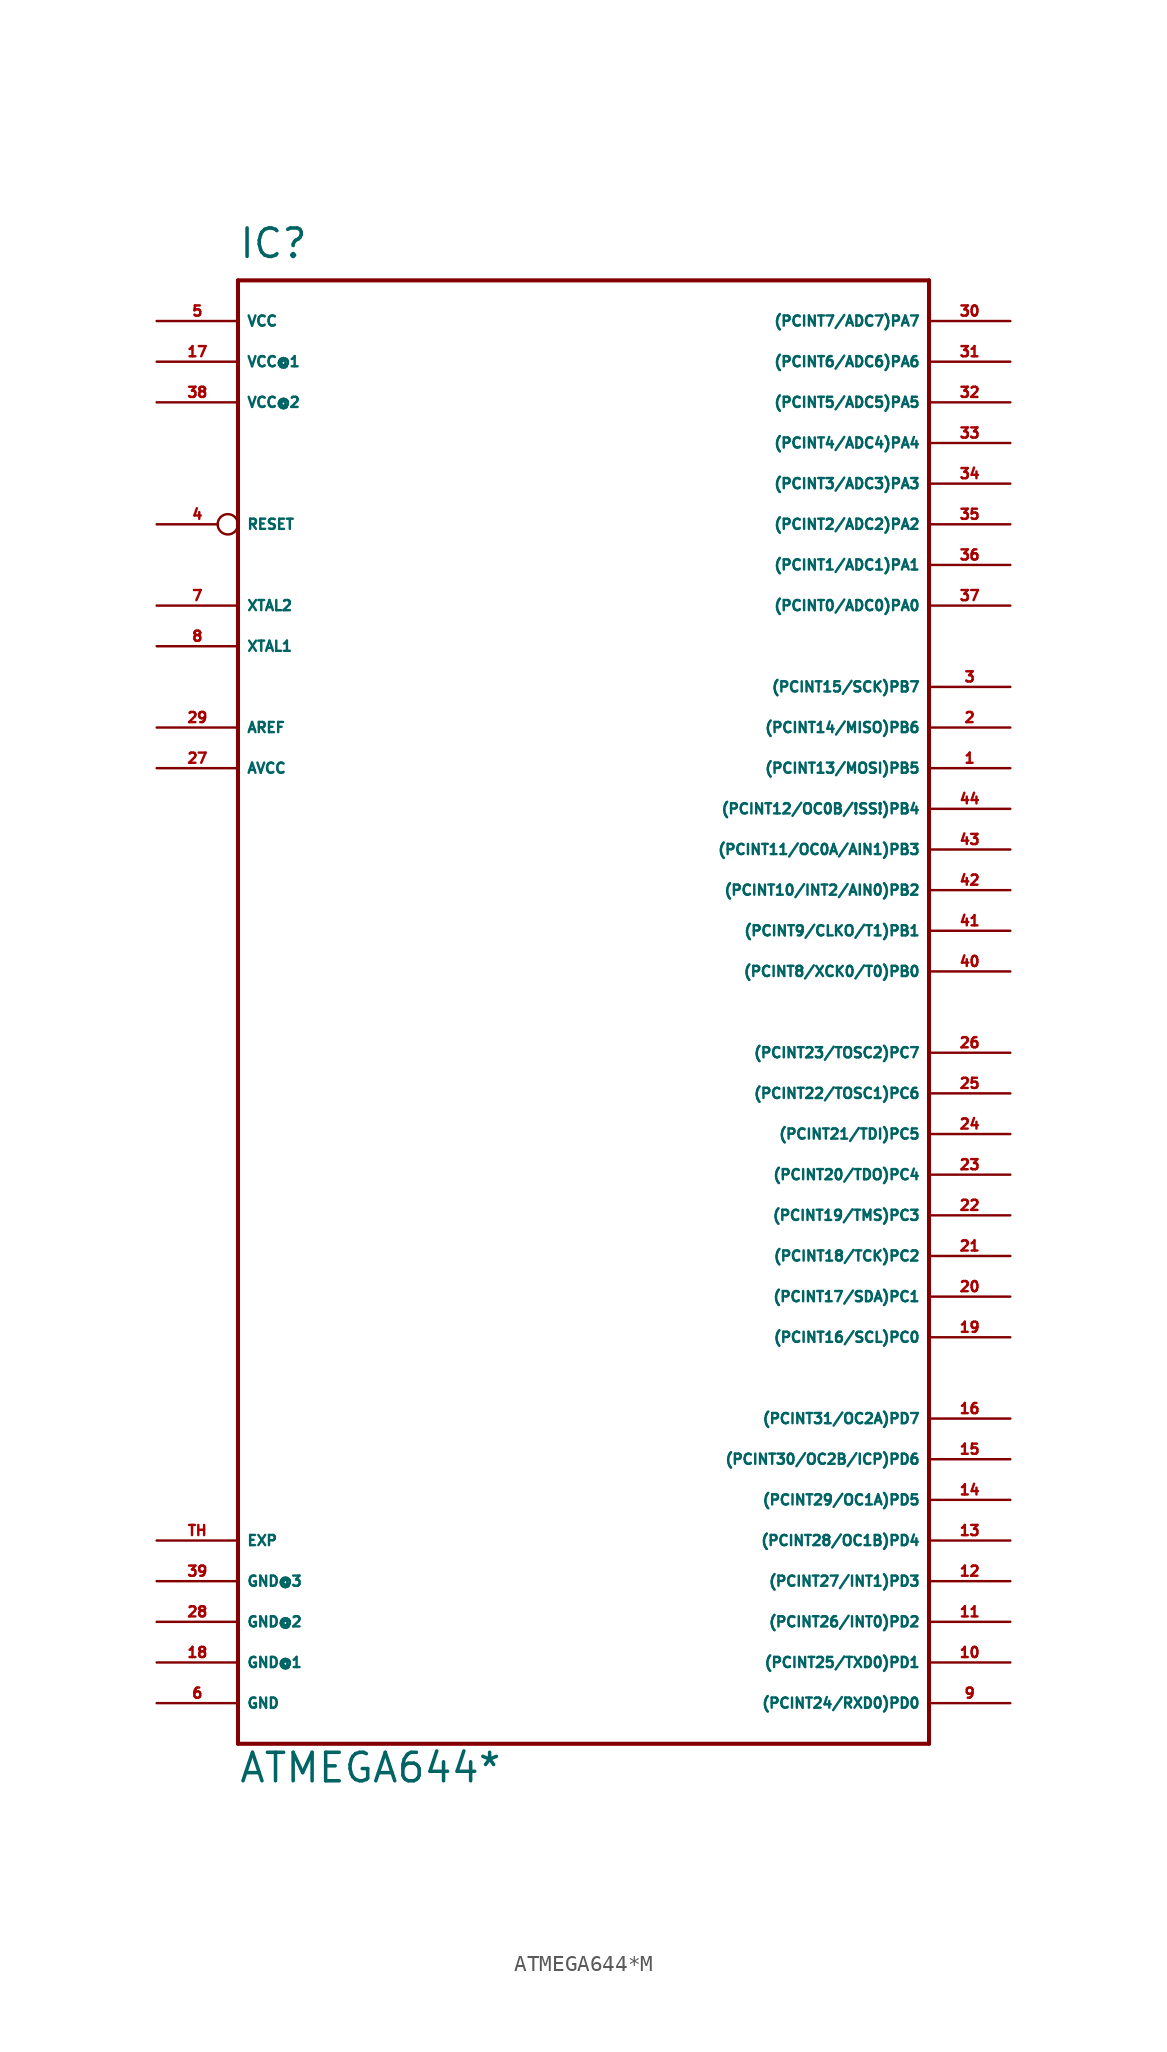
<source format=kicad_sym>
(kicad_symbol_lib
  (version 20220914)
  (generator Eagle2Kicad)
  (symbol "ATMEGA644*M"
    (property "Reference" "IC"
      (at -22.86 46.99 0)
      (effects (font (size 1.778 1.778) (thickness 0.22)) (justify left bottom)))
    (property "Value" "ATMEGA644*"
      (at -22.86 -48.26 0)
      (effects (font (size 1.778 1.778) (thickness 0.22)) (justify left bottom)))
    (polyline
      (pts (xy -22.86 45.72) (xy 20.32 45.72))
      (stroke (width 0.254) (type default))
      (fill (type none)))
    (polyline
      (pts (xy 20.32 45.72) (xy 20.32 -45.72))
      (stroke (width 0.254) (type default))
      (fill (type none)))
    (polyline
      (pts (xy 20.32 -45.72) (xy -22.86 -45.72))
      (stroke (width 0.254) (type default))
      (fill (type none)))
    (polyline
      (pts (xy -22.86 -45.72) (xy -22.86 45.72))
      (stroke (width 0.254) (type default))
      (fill (type none)))
    (pin bidirectional line
      (at 25.4 -25.4 180)
      (length 5.08)
      (name "(PCINT31/OC2A)PD7" (effects (font (size 0.635 0.635) (thickness 0.08)) (justify left bottom)))
      (number "16" (effects (font (size 0.635 0.635) (thickness 0.08)) (justify left bottom))))
    (pin bidirectional line
      (at 25.4 -27.94 180)
      (length 5.08)
      (name "(PCINT30/OC2B/ICP)PD6" (effects (font (size 0.635 0.635) (thickness 0.08)) (justify left bottom)))
      (number "15" (effects (font (size 0.635 0.635) (thickness 0.08)) (justify left bottom))))
    (pin bidirectional line
      (at 25.4 -30.48 180)
      (length 5.08)
      (name "(PCINT29/OC1A)PD5" (effects (font (size 0.635 0.635) (thickness 0.08)) (justify left bottom)))
      (number "14" (effects (font (size 0.635 0.635) (thickness 0.08)) (justify left bottom))))
    (pin bidirectional line
      (at 25.4 -33.02 180)
      (length 5.08)
      (name "(PCINT28/OC1B)PD4" (effects (font (size 0.635 0.635) (thickness 0.08)) (justify left bottom)))
      (number "13" (effects (font (size 0.635 0.635) (thickness 0.08)) (justify left bottom))))
    (pin bidirectional line
      (at 25.4 -35.56 180)
      (length 5.08)
      (name "(PCINT27/INT1)PD3" (effects (font (size 0.635 0.635) (thickness 0.08)) (justify left bottom)))
      (number "12" (effects (font (size 0.635 0.635) (thickness 0.08)) (justify left bottom))))
    (pin bidirectional line
      (at 25.4 -38.1 180)
      (length 5.08)
      (name "(PCINT26/INT0)PD2" (effects (font (size 0.635 0.635) (thickness 0.08)) (justify left bottom)))
      (number "11" (effects (font (size 0.635 0.635) (thickness 0.08)) (justify left bottom))))
    (pin bidirectional line
      (at 25.4 -40.64 180)
      (length 5.08)
      (name "(PCINT25/TXD0)PD1" (effects (font (size 0.635 0.635) (thickness 0.08)) (justify left bottom)))
      (number "10" (effects (font (size 0.635 0.635) (thickness 0.08)) (justify left bottom))))
    (pin bidirectional line
      (at 25.4 -43.18 180)
      (length 5.08)
      (name "(PCINT24/RXD0)PD0" (effects (font (size 0.635 0.635) (thickness 0.08)) (justify left bottom)))
      (number "9" (effects (font (size 0.635 0.635) (thickness 0.08)) (justify left bottom))))
    (pin output line
      (at 25.4 -2.54 180)
      (length 5.08)
      (name "(PCINT23/TOSC2)PC7" (effects (font (size 0.635 0.635) (thickness 0.08)) (justify left bottom)))
      (number "26" (effects (font (size 0.635 0.635) (thickness 0.08)) (justify left bottom))))
    (pin output line
      (at 25.4 -5.08 180)
      (length 5.08)
      (name "(PCINT22/TOSC1)PC6" (effects (font (size 0.635 0.635) (thickness 0.08)) (justify left bottom)))
      (number "25" (effects (font (size 0.635 0.635) (thickness 0.08)) (justify left bottom))))
    (pin output line
      (at 25.4 -7.62 180)
      (length 5.08)
      (name "(PCINT21/TDI)PC5" (effects (font (size 0.635 0.635) (thickness 0.08)) (justify left bottom)))
      (number "24" (effects (font (size 0.635 0.635) (thickness 0.08)) (justify left bottom))))
    (pin output line
      (at 25.4 -10.16 180)
      (length 5.08)
      (name "(PCINT20/TDO)PC4" (effects (font (size 0.635 0.635) (thickness 0.08)) (justify left bottom)))
      (number "23" (effects (font (size 0.635 0.635) (thickness 0.08)) (justify left bottom))))
    (pin output line
      (at 25.4 -12.7 180)
      (length 5.08)
      (name "(PCINT19/TMS)PC3" (effects (font (size 0.635 0.635) (thickness 0.08)) (justify left bottom)))
      (number "22" (effects (font (size 0.635 0.635) (thickness 0.08)) (justify left bottom))))
    (pin output line
      (at 25.4 -15.24 180)
      (length 5.08)
      (name "(PCINT18/TCK)PC2" (effects (font (size 0.635 0.635) (thickness 0.08)) (justify left bottom)))
      (number "21" (effects (font (size 0.635 0.635) (thickness 0.08)) (justify left bottom))))
    (pin output line
      (at 25.4 -17.78 180)
      (length 5.08)
      (name "(PCINT17/SDA)PC1" (effects (font (size 0.635 0.635) (thickness 0.08)) (justify left bottom)))
      (number "20" (effects (font (size 0.635 0.635) (thickness 0.08)) (justify left bottom))))
    (pin output line
      (at 25.4 -20.32 180)
      (length 5.08)
      (name "(PCINT16/SCL)PC0" (effects (font (size 0.635 0.635) (thickness 0.08)) (justify left bottom)))
      (number "19" (effects (font (size 0.635 0.635) (thickness 0.08)) (justify left bottom))))
    (pin bidirectional line
      (at 25.4 20.32 180)
      (length 5.08)
      (name "(PCINT15/SCK)PB7" (effects (font (size 0.635 0.635) (thickness 0.08)) (justify left bottom)))
      (number "3" (effects (font (size 0.635 0.635) (thickness 0.08)) (justify left bottom))))
    (pin bidirectional line
      (at 25.4 17.78 180)
      (length 5.08)
      (name "(PCINT14/MISO)PB6" (effects (font (size 0.635 0.635) (thickness 0.08)) (justify left bottom)))
      (number "2" (effects (font (size 0.635 0.635) (thickness 0.08)) (justify left bottom))))
    (pin bidirectional line
      (at 25.4 15.24 180)
      (length 5.08)
      (name "(PCINT13/MOSI)PB5" (effects (font (size 0.635 0.635) (thickness 0.08)) (justify left bottom)))
      (number "1" (effects (font (size 0.635 0.635) (thickness 0.08)) (justify left bottom))))
    (pin bidirectional line
      (at 25.4 12.7 180)
      (length 5.08)
      (name "(PCINT12/OC0B/!SS!)PB4" (effects (font (size 0.635 0.635) (thickness 0.08)) (justify left bottom)))
      (number "44" (effects (font (size 0.635 0.635) (thickness 0.08)) (justify left bottom))))
    (pin bidirectional line
      (at 25.4 10.16 180)
      (length 5.08)
      (name "(PCINT11/OC0A/AIN1)PB3" (effects (font (size 0.635 0.635) (thickness 0.08)) (justify left bottom)))
      (number "43" (effects (font (size 0.635 0.635) (thickness 0.08)) (justify left bottom))))
    (pin bidirectional line
      (at 25.4 7.62 180)
      (length 5.08)
      (name "(PCINT10/INT2/AIN0)PB2" (effects (font (size 0.635 0.635) (thickness 0.08)) (justify left bottom)))
      (number "42" (effects (font (size 0.635 0.635) (thickness 0.08)) (justify left bottom))))
    (pin bidirectional line
      (at 25.4 5.08 180)
      (length 5.08)
      (name "(PCINT9/CLKO/T1)PB1" (effects (font (size 0.635 0.635) (thickness 0.08)) (justify left bottom)))
      (number "41" (effects (font (size 0.635 0.635) (thickness 0.08)) (justify left bottom))))
    (pin bidirectional line
      (at 25.4 2.54 180)
      (length 5.08)
      (name "(PCINT8/XCK0/T0)PB0" (effects (font (size 0.635 0.635) (thickness 0.08)) (justify left bottom)))
      (number "40" (effects (font (size 0.635 0.635) (thickness 0.08)) (justify left bottom))))
    (pin bidirectional line
      (at 25.4 40.64 180)
      (length 5.08)
      (name "(PCINT6/ADC6)PA6" (effects (font (size 0.635 0.635) (thickness 0.08)) (justify left bottom)))
      (number "31" (effects (font (size 0.635 0.635) (thickness 0.08)) (justify left bottom))))
    (pin bidirectional line
      (at 25.4 43.18 180)
      (length 5.08)
      (name "(PCINT7/ADC7)PA7" (effects (font (size 0.635 0.635) (thickness 0.08)) (justify left bottom)))
      (number "30" (effects (font (size 0.635 0.635) (thickness 0.08)) (justify left bottom))))
    (pin bidirectional line
      (at 25.4 38.1 180)
      (length 5.08)
      (name "(PCINT5/ADC5)PA5" (effects (font (size 0.635 0.635) (thickness 0.08)) (justify left bottom)))
      (number "32" (effects (font (size 0.635 0.635) (thickness 0.08)) (justify left bottom))))
    (pin bidirectional line
      (at 25.4 35.56 180)
      (length 5.08)
      (name "(PCINT4/ADC4)PA4" (effects (font (size 0.635 0.635) (thickness 0.08)) (justify left bottom)))
      (number "33" (effects (font (size 0.635 0.635) (thickness 0.08)) (justify left bottom))))
    (pin bidirectional line
      (at 25.4 33.02 180)
      (length 5.08)
      (name "(PCINT3/ADC3)PA3" (effects (font (size 0.635 0.635) (thickness 0.08)) (justify left bottom)))
      (number "34" (effects (font (size 0.635 0.635) (thickness 0.08)) (justify left bottom))))
    (pin bidirectional line
      (at 25.4 30.48 180)
      (length 5.08)
      (name "(PCINT2/ADC2)PA2" (effects (font (size 0.635 0.635) (thickness 0.08)) (justify left bottom)))
      (number "35" (effects (font (size 0.635 0.635) (thickness 0.08)) (justify left bottom))))
    (pin bidirectional line
      (at 25.4 27.94 180)
      (length 5.08)
      (name "(PCINT1/ADC1)PA1" (effects (font (size 0.635 0.635) (thickness 0.08)) (justify left bottom)))
      (number "36" (effects (font (size 0.635 0.635) (thickness 0.08)) (justify left bottom))))
    (pin bidirectional line
      (at 25.4 25.4 180)
      (length 5.08)
      (name "(PCINT0/ADC0)PA0" (effects (font (size 0.635 0.635) (thickness 0.08)) (justify left bottom)))
      (number "37" (effects (font (size 0.635 0.635) (thickness 0.08)) (justify left bottom))))
    (pin unspecified line
      (at -27.94 15.24 0)
      (length 5.08)
      (name "AVCC" (effects (font (size 0.635 0.635) (thickness 0.08)) (justify left bottom)))
      (number "27" (effects (font (size 0.635 0.635) (thickness 0.08)) (justify left bottom))))
    (pin passive line
      (at -27.94 17.78 0)
      (length 5.08)
      (name "AREF" (effects (font (size 0.635 0.635) (thickness 0.08)) (justify left bottom)))
      (number "29" (effects (font (size 0.635 0.635) (thickness 0.08)) (justify left bottom))))
    (pin bidirectional line
      (at -27.94 22.86 0)
      (length 5.08)
      (name "XTAL1" (effects (font (size 0.635 0.635) (thickness 0.08)) (justify left bottom)))
      (number "8" (effects (font (size 0.635 0.635) (thickness 0.08)) (justify left bottom))))
    (pin bidirectional line
      (at -27.94 25.4 0)
      (length 5.08)
      (name "XTAL2" (effects (font (size 0.635 0.635) (thickness 0.08)) (justify left bottom)))
      (number "7" (effects (font (size 0.635 0.635) (thickness 0.08)) (justify left bottom))))
    (pin unspecified line
      (at -27.94 40.64 0)
      (length 5.08)
      (name "VCC@1" (effects (font (size 0.635 0.635) (thickness 0.08)) (justify left bottom)))
      (number "17" (effects (font (size 0.635 0.635) (thickness 0.08)) (justify left bottom))))
    (pin unspecified line
      (at -27.94 43.18 0)
      (length 5.08)
      (name "VCC" (effects (font (size 0.635 0.635) (thickness 0.08)) (justify left bottom)))
      (number "5" (effects (font (size 0.635 0.635) (thickness 0.08)) (justify left bottom))))
    (pin unspecified line
      (at -27.94 -40.64 0)
      (length 5.08)
      (name "GND@1" (effects (font (size 0.635 0.635) (thickness 0.08)) (justify left bottom)))
      (number "18" (effects (font (size 0.635 0.635) (thickness 0.08)) (justify left bottom))))
    (pin unspecified line
      (at -27.94 -43.18 0)
      (length 5.08)
      (name "GND" (effects (font (size 0.635 0.635) (thickness 0.08)) (justify left bottom)))
      (number "6" (effects (font (size 0.635 0.635) (thickness 0.08)) (justify left bottom))))
    (pin input inverted
      (at -27.94 30.48 0)
      (length 5.08)
      (name "RESET" (effects (font (size 0.635 0.635) (thickness 0.08)) (justify left bottom)))
      (number "4" (effects (font (size 0.635 0.635) (thickness 0.08)) (justify left bottom))))
    (pin unspecified line
      (at -27.94 -38.1 0)
      (length 5.08)
      (name "GND@2" (effects (font (size 0.635 0.635) (thickness 0.08)) (justify left bottom)))
      (number "28" (effects (font (size 0.635 0.635) (thickness 0.08)) (justify left bottom))))
    (pin unspecified line
      (at -27.94 -35.56 0)
      (length 5.08)
      (name "GND@3" (effects (font (size 0.635 0.635) (thickness 0.08)) (justify left bottom)))
      (number "39" (effects (font (size 0.635 0.635) (thickness 0.08)) (justify left bottom))))
    (pin unspecified line
      (at -27.94 38.1 0)
      (length 5.08)
      (name "VCC@2" (effects (font (size 0.635 0.635) (thickness 0.08)) (justify left bottom)))
      (number "38" (effects (font (size 0.635 0.635) (thickness 0.08)) (justify left bottom))))
    (pin unspecified line
      (at -27.94 -33.02 0)
      (length 5.08)
      (name "EXP" (effects (font (size 0.635 0.635) (thickness 0.08)) (justify left bottom)))
      (number "TH" (effects (font (size 0.635 0.635) (thickness 0.08)) (justify left bottom))))))
</source>
